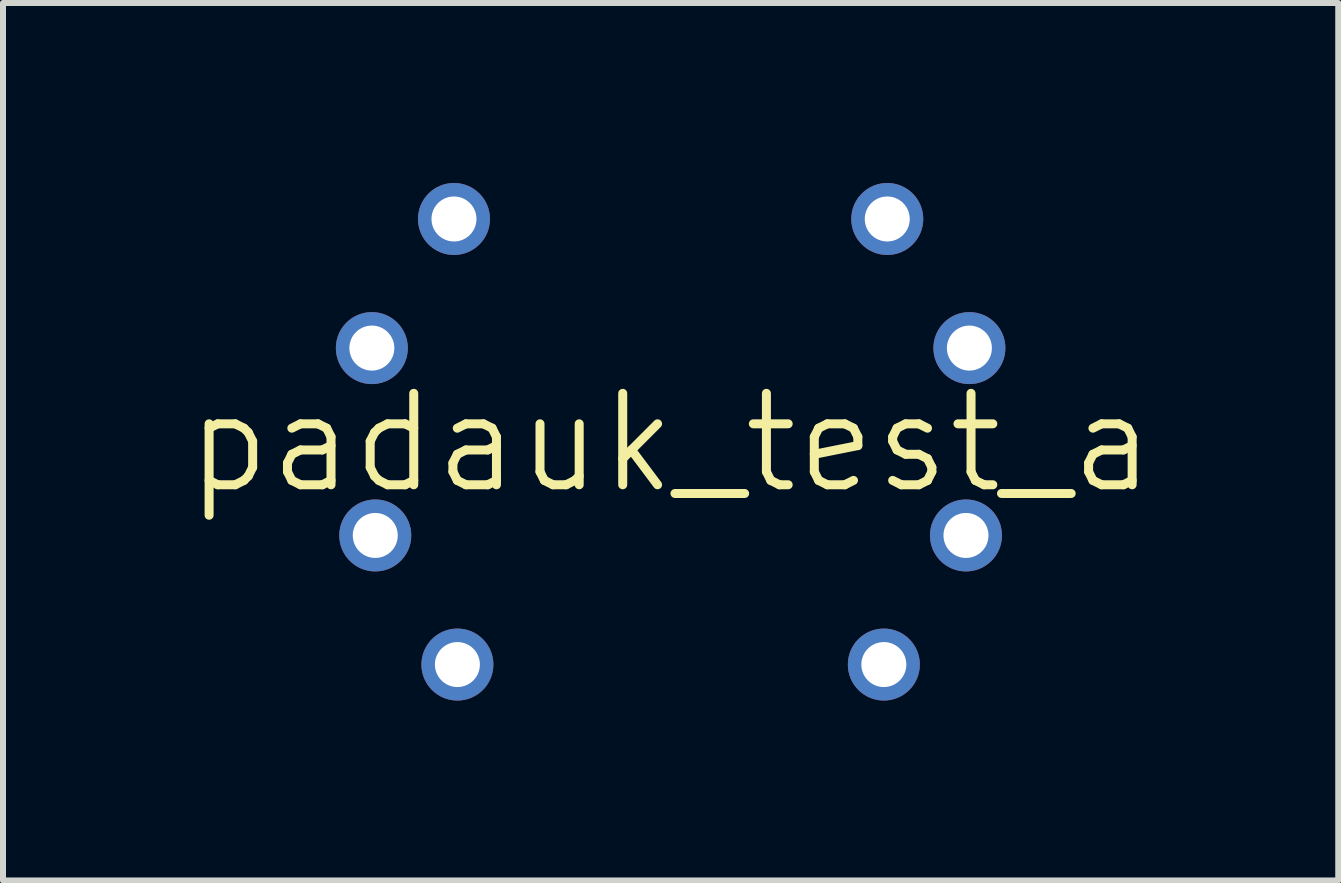
<source format=kicad_pcb>
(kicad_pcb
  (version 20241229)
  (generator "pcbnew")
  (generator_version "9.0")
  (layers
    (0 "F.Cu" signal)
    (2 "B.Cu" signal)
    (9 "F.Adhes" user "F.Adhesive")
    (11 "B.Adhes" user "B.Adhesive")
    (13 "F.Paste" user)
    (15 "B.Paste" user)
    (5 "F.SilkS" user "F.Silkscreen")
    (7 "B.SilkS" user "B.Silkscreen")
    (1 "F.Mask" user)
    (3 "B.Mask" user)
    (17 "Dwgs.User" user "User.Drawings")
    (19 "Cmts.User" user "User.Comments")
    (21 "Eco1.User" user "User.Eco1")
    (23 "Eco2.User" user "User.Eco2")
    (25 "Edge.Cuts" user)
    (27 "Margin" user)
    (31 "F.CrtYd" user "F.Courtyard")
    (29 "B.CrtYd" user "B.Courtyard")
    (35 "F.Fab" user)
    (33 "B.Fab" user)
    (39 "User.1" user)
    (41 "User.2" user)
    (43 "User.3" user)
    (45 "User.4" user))
  (footprint "padauk_test_a"
    (layer "F.Cu")
    (at 8.128 4.333)
    (property "Reference" "padauk_test_a" (at 0 0 0) (layer "F.SilkS") (effects (font (size 1.524 1.524) (thickness 0.15))))
    (attr through_hole)
    (pad "1" thru_hole circle (at -4.98 -1.581) (size 1.2 1.2) (drill 0.75) (layers "*.Cu" "*.Mask"))
    (pad "2" thru_hole circle (at 4.98 -1.581) (size 1.2 1.2) (drill 0.75) (layers "*.Cu" "*.Mask"))
    (pad "3" thru_hole circle (at 4.923 1.542) (size 1.2 1.2) (drill 0.75) (layers "*.Cu" "*.Mask"))
    (pad "4" thru_hole circle (at -4.923 1.542) (size 1.2 1.2) (drill 0.75) (layers "*.Cu" "*.Mask"))
    (pad "5" thru_hole circle (at -3.611 -3.733 90) (size 1.2 1.2) (drill 0.75) (layers "*.Cu" "*.Mask"))
    (pad "6" thru_hole circle (at 3.554 3.694) (size 1.2 1.2) (drill 0.75) (layers "*.Cu" "*.Mask"))
    (pad "7" thru_hole circle (at 3.611 -3.733) (size 1.2 1.2) (drill 0.75) (layers "*.Cu" "*.Mask"))
    (pad "8" thru_hole circle (at -3.554 3.694) (size 1.2 1.2) (drill 0.75) (layers "*.Cu" "*.Mask")))
  (gr_rect
    (start -3 -3)
    (end 19.256 11.626)
    (stroke (width 0.1) (type default))
    (fill no)
    (layer "Edge.Cuts")))
</source>
